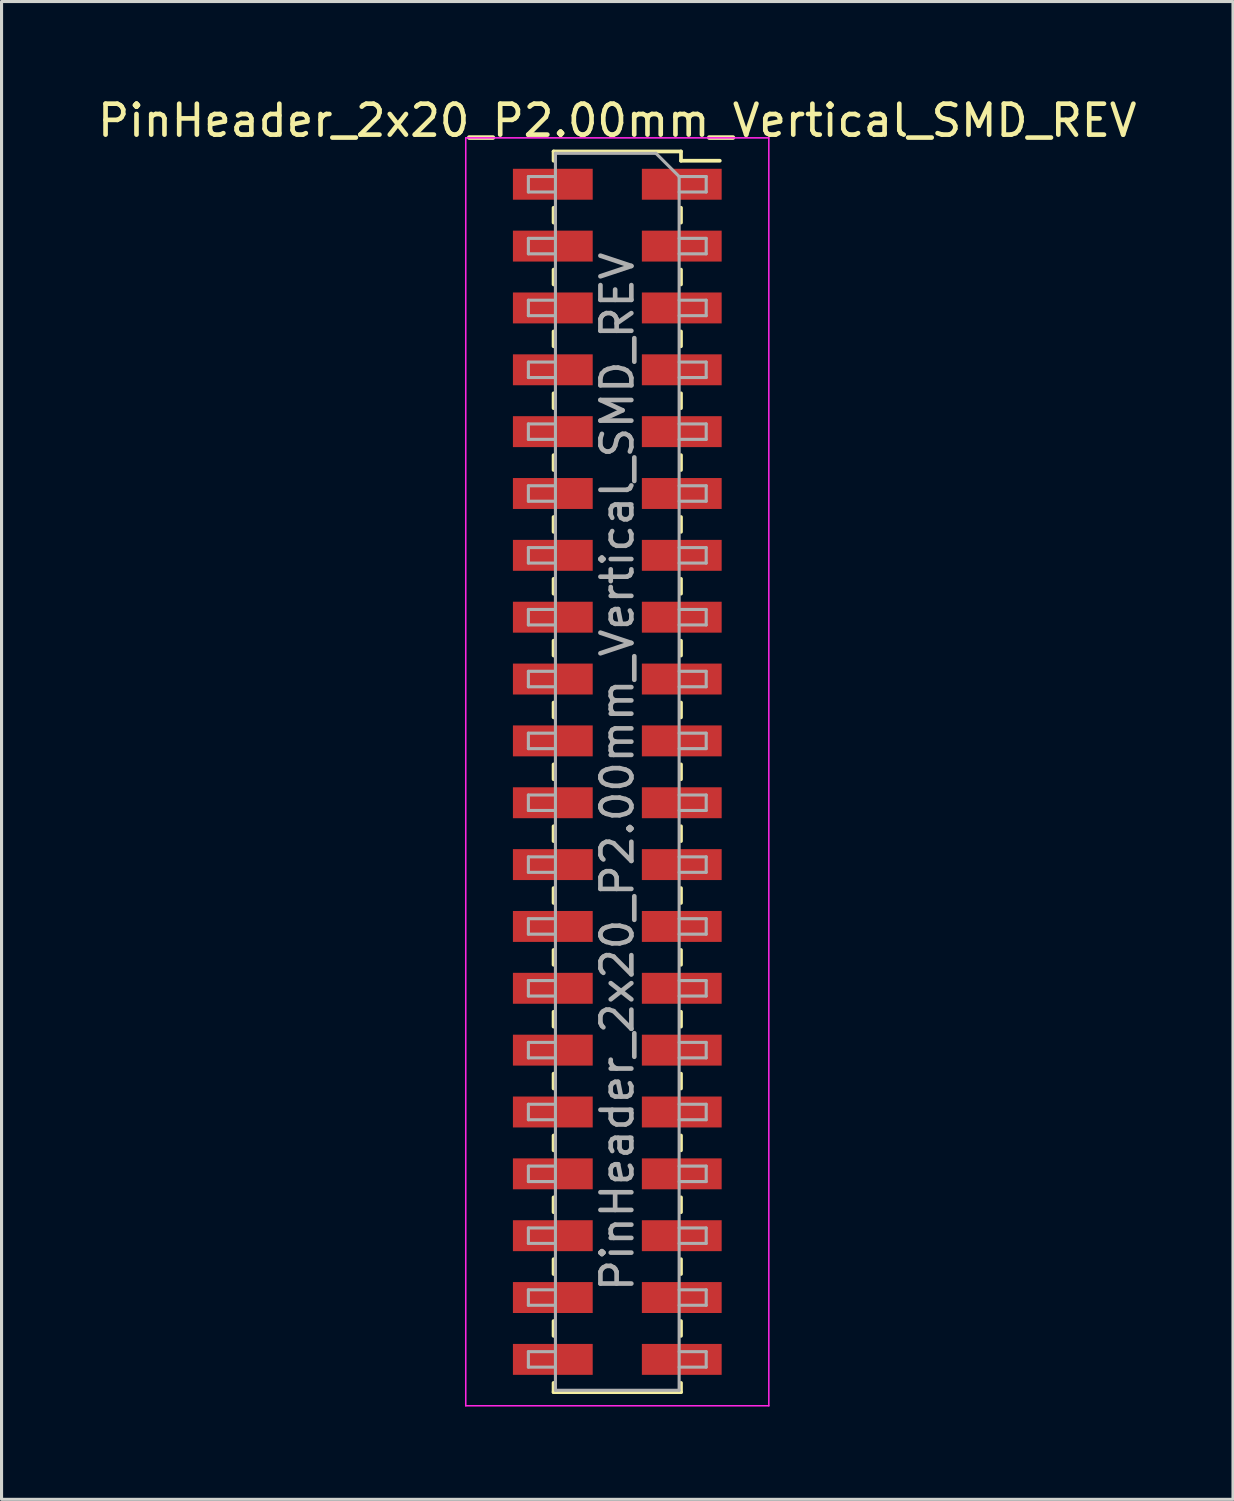
<source format=kicad_pcb>
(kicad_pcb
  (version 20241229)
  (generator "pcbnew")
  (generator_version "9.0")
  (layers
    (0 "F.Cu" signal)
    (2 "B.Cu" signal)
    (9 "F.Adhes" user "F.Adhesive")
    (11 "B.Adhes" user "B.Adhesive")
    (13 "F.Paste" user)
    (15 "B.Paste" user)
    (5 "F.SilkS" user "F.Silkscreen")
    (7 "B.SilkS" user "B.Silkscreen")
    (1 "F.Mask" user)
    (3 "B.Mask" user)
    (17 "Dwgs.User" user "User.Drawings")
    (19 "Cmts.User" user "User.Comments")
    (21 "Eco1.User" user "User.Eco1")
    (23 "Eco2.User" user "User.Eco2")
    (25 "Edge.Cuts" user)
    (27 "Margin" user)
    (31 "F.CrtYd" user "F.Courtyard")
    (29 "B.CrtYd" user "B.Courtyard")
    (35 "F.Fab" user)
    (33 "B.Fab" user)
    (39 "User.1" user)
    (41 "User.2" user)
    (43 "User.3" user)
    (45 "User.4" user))
  (footprint "PinHeader_2x20_P2.00mm_Vertical_SMD_REV"
    (layer "F.Cu")
    (at 16.911 2.908)
    (property "Reference" "PinHeader_2x20_P2.00mm_Vertical_SMD_REV" (at 0 -2.06 0) (layer "F.SilkS") (effects (font (size 1 1) (thickness 0.15))))
    (attr smd)
    (fp_line (start -2.06 -1.06) (end -2.06 -0.76) (stroke (width 0.12) (type solid)) (layer "F.SilkS"))
    (fp_line (start -2.06 0.76) (end -2.06 1.24) (stroke (width 0.12) (type solid)) (layer "F.SilkS"))
    (fp_line (start -2.06 2.76) (end -2.06 3.24) (stroke (width 0.12) (type solid)) (layer "F.SilkS"))
    (fp_line (start -2.06 4.76) (end -2.06 5.24) (stroke (width 0.12) (type solid)) (layer "F.SilkS"))
    (fp_line (start -2.06 6.76) (end -2.06 7.24) (stroke (width 0.12) (type solid)) (layer "F.SilkS"))
    (fp_line (start -2.06 8.76) (end -2.06 9.24) (stroke (width 0.12) (type solid)) (layer "F.SilkS"))
    (fp_line (start -2.06 10.76) (end -2.06 11.24) (stroke (width 0.12) (type solid)) (layer "F.SilkS"))
    (fp_line (start -2.06 12.76) (end -2.06 13.24) (stroke (width 0.12) (type solid)) (layer "F.SilkS"))
    (fp_line (start -2.06 14.76) (end -2.06 15.24) (stroke (width 0.12) (type solid)) (layer "F.SilkS"))
    (fp_line (start -2.06 16.76) (end -2.06 17.24) (stroke (width 0.12) (type solid)) (layer "F.SilkS"))
    (fp_line (start -2.06 18.76) (end -2.06 19.24) (stroke (width 0.12) (type solid)) (layer "F.SilkS"))
    (fp_line (start -2.06 20.76) (end -2.06 21.24) (stroke (width 0.12) (type solid)) (layer "F.SilkS"))
    (fp_line (start -2.06 22.76) (end -2.06 23.24) (stroke (width 0.12) (type solid)) (layer "F.SilkS"))
    (fp_line (start -2.06 24.76) (end -2.06 25.24) (stroke (width 0.12) (type solid)) (layer "F.SilkS"))
    (fp_line (start -2.06 26.76) (end -2.06 27.24) (stroke (width 0.12) (type solid)) (layer "F.SilkS"))
    (fp_line (start -2.06 28.76) (end -2.06 29.24) (stroke (width 0.12) (type solid)) (layer "F.SilkS"))
    (fp_line (start -2.06 30.76) (end -2.06 31.24) (stroke (width 0.12) (type solid)) (layer "F.SilkS"))
    (fp_line (start -2.06 32.76) (end -2.06 33.24) (stroke (width 0.12) (type solid)) (layer "F.SilkS"))
    (fp_line (start -2.06 34.76) (end -2.06 35.24) (stroke (width 0.12) (type solid)) (layer "F.SilkS"))
    (fp_line (start -2.06 36.76) (end -2.06 37.24) (stroke (width 0.12) (type solid)) (layer "F.SilkS"))
    (fp_line (start -2.06 38.76) (end -2.06 39.06) (stroke (width 0.12) (type solid)) (layer "F.SilkS"))
    (fp_line (start 2.06 -1.06) (end -2.06 -1.06) (stroke (width 0.12) (type solid)) (layer "F.SilkS"))
    (fp_line (start 2.06 -1.06) (end 2.06 -0.76) (stroke (width 0.12) (type solid)) (layer "F.SilkS"))
    (fp_line (start 2.06 0.76) (end 2.06 1.24) (stroke (width 0.12) (type solid)) (layer "F.SilkS"))
    (fp_line (start 2.06 2.76) (end 2.06 3.24) (stroke (width 0.12) (type solid)) (layer "F.SilkS"))
    (fp_line (start 2.06 4.76) (end 2.06 5.24) (stroke (width 0.12) (type solid)) (layer "F.SilkS"))
    (fp_line (start 2.06 6.76) (end 2.06 7.24) (stroke (width 0.12) (type solid)) (layer "F.SilkS"))
    (fp_line (start 2.06 8.76) (end 2.06 9.24) (stroke (width 0.12) (type solid)) (layer "F.SilkS"))
    (fp_line (start 2.06 10.76) (end 2.06 11.24) (stroke (width 0.12) (type solid)) (layer "F.SilkS"))
    (fp_line (start 2.06 12.76) (end 2.06 13.24) (stroke (width 0.12) (type solid)) (layer "F.SilkS"))
    (fp_line (start 2.06 14.76) (end 2.06 15.24) (stroke (width 0.12) (type solid)) (layer "F.SilkS"))
    (fp_line (start 2.06 16.76) (end 2.06 17.24) (stroke (width 0.12) (type solid)) (layer "F.SilkS"))
    (fp_line (start 2.06 18.76) (end 2.06 19.24) (stroke (width 0.12) (type solid)) (layer "F.SilkS"))
    (fp_line (start 2.06 20.76) (end 2.06 21.24) (stroke (width 0.12) (type solid)) (layer "F.SilkS"))
    (fp_line (start 2.06 22.76) (end 2.06 23.24) (stroke (width 0.12) (type solid)) (layer "F.SilkS"))
    (fp_line (start 2.06 24.76) (end 2.06 25.24) (stroke (width 0.12) (type solid)) (layer "F.SilkS"))
    (fp_line (start 2.06 26.76) (end 2.06 27.24) (stroke (width 0.12) (type solid)) (layer "F.SilkS"))
    (fp_line (start 2.06 28.76) (end 2.06 29.24) (stroke (width 0.12) (type solid)) (layer "F.SilkS"))
    (fp_line (start 2.06 30.76) (end 2.06 31.24) (stroke (width 0.12) (type solid)) (layer "F.SilkS"))
    (fp_line (start 2.06 32.76) (end 2.06 33.24) (stroke (width 0.12) (type solid)) (layer "F.SilkS"))
    (fp_line (start 2.06 34.76) (end 2.06 35.24) (stroke (width 0.12) (type solid)) (layer "F.SilkS"))
    (fp_line (start 2.06 36.76) (end 2.06 37.24) (stroke (width 0.12) (type solid)) (layer "F.SilkS"))
    (fp_line (start 2.06 38.76) (end 2.06 39.06) (stroke (width 0.12) (type solid)) (layer "F.SilkS"))
    (fp_line (start 2.06 39.06) (end -2.06 39.06) (stroke (width 0.12) (type solid)) (layer "F.SilkS"))
    (fp_line (start 3.315 -0.76) (end 2.06 -0.76) (stroke (width 0.12) (type solid)) (layer "F.SilkS"))
    (fp_line (start -4.9 -1.5) (end 4.9 -1.5) (stroke (width 0.05) (type solid)) (layer "F.CrtYd"))
    (fp_line (start -4.9 39.5) (end -4.9 -1.5) (stroke (width 0.05) (type solid)) (layer "F.CrtYd"))
    (fp_line (start 4.9 -1.5) (end 4.9 39.5) (stroke (width 0.05) (type solid)) (layer "F.CrtYd"))
    (fp_line (start 4.9 39.5) (end -4.9 39.5) (stroke (width 0.05) (type solid)) (layer "F.CrtYd"))
    (fp_line (start -2.875 -0.25) (end -2.875 0.25) (stroke (width 0.1) (type solid)) (layer "F.Fab"))
    (fp_line (start -2.875 0.25) (end -2 0.25) (stroke (width 0.1) (type solid)) (layer "F.Fab"))
    (fp_line (start -2.875 1.75) (end -2.875 2.25) (stroke (width 0.1) (type solid)) (layer "F.Fab"))
    (fp_line (start -2.875 2.25) (end -2 2.25) (stroke (width 0.1) (type solid)) (layer "F.Fab"))
    (fp_line (start -2.875 3.75) (end -2.875 4.25) (stroke (width 0.1) (type solid)) (layer "F.Fab"))
    (fp_line (start -2.875 4.25) (end -2 4.25) (stroke (width 0.1) (type solid)) (layer "F.Fab"))
    (fp_line (start -2.875 5.75) (end -2.875 6.25) (stroke (width 0.1) (type solid)) (layer "F.Fab"))
    (fp_line (start -2.875 6.25) (end -2 6.25) (stroke (width 0.1) (type solid)) (layer "F.Fab"))
    (fp_line (start -2.875 7.75) (end -2.875 8.25) (stroke (width 0.1) (type solid)) (layer "F.Fab"))
    (fp_line (start -2.875 8.25) (end -2 8.25) (stroke (width 0.1) (type solid)) (layer "F.Fab"))
    (fp_line (start -2.875 9.75) (end -2.875 10.25) (stroke (width 0.1) (type solid)) (layer "F.Fab"))
    (fp_line (start -2.875 10.25) (end -2 10.25) (stroke (width 0.1) (type solid)) (layer "F.Fab"))
    (fp_line (start -2.875 11.75) (end -2.875 12.25) (stroke (width 0.1) (type solid)) (layer "F.Fab"))
    (fp_line (start -2.875 12.25) (end -2 12.25) (stroke (width 0.1) (type solid)) (layer "F.Fab"))
    (fp_line (start -2.875 13.75) (end -2.875 14.25) (stroke (width 0.1) (type solid)) (layer "F.Fab"))
    (fp_line (start -2.875 14.25) (end -2 14.25) (stroke (width 0.1) (type solid)) (layer "F.Fab"))
    (fp_line (start -2.875 15.75) (end -2.875 16.25) (stroke (width 0.1) (type solid)) (layer "F.Fab"))
    (fp_line (start -2.875 16.25) (end -2 16.25) (stroke (width 0.1) (type solid)) (layer "F.Fab"))
    (fp_line (start -2.875 17.75) (end -2.875 18.25) (stroke (width 0.1) (type solid)) (layer "F.Fab"))
    (fp_line (start -2.875 18.25) (end -2 18.25) (stroke (width 0.1) (type solid)) (layer "F.Fab"))
    (fp_line (start -2.875 19.75) (end -2.875 20.25) (stroke (width 0.1) (type solid)) (layer "F.Fab"))
    (fp_line (start -2.875 20.25) (end -2 20.25) (stroke (width 0.1) (type solid)) (layer "F.Fab"))
    (fp_line (start -2.875 21.75) (end -2.875 22.25) (stroke (width 0.1) (type solid)) (layer "F.Fab"))
    (fp_line (start -2.875 22.25) (end -2 22.25) (stroke (width 0.1) (type solid)) (layer "F.Fab"))
    (fp_line (start -2.875 23.75) (end -2.875 24.25) (stroke (width 0.1) (type solid)) (layer "F.Fab"))
    (fp_line (start -2.875 24.25) (end -2 24.25) (stroke (width 0.1) (type solid)) (layer "F.Fab"))
    (fp_line (start -2.875 25.75) (end -2.875 26.25) (stroke (width 0.1) (type solid)) (layer "F.Fab"))
    (fp_line (start -2.875 26.25) (end -2 26.25) (stroke (width 0.1) (type solid)) (layer "F.Fab"))
    (fp_line (start -2.875 27.75) (end -2.875 28.25) (stroke (width 0.1) (type solid)) (layer "F.Fab"))
    (fp_line (start -2.875 28.25) (end -2 28.25) (stroke (width 0.1) (type solid)) (layer "F.Fab"))
    (fp_line (start -2.875 29.75) (end -2.875 30.25) (stroke (width 0.1) (type solid)) (layer "F.Fab"))
    (fp_line (start -2.875 30.25) (end -2 30.25) (stroke (width 0.1) (type solid)) (layer "F.Fab"))
    (fp_line (start -2.875 31.75) (end -2.875 32.25) (stroke (width 0.1) (type solid)) (layer "F.Fab"))
    (fp_line (start -2.875 32.25) (end -2 32.25) (stroke (width 0.1) (type solid)) (layer "F.Fab"))
    (fp_line (start -2.875 33.75) (end -2.875 34.25) (stroke (width 0.1) (type solid)) (layer "F.Fab"))
    (fp_line (start -2.875 34.25) (end -2 34.25) (stroke (width 0.1) (type solid)) (layer "F.Fab"))
    (fp_line (start -2.875 35.75) (end -2.875 36.25) (stroke (width 0.1) (type solid)) (layer "F.Fab"))
    (fp_line (start -2.875 36.25) (end -2 36.25) (stroke (width 0.1) (type solid)) (layer "F.Fab"))
    (fp_line (start -2.875 37.75) (end -2.875 38.25) (stroke (width 0.1) (type solid)) (layer "F.Fab"))
    (fp_line (start -2.875 38.25) (end -2 38.25) (stroke (width 0.1) (type solid)) (layer "F.Fab"))
    (fp_line (start -2 -1) (end -2 39) (stroke (width 0.1) (type solid)) (layer "F.Fab"))
    (fp_line (start -2 -0.25) (end -2.875 -0.25) (stroke (width 0.1) (type solid)) (layer "F.Fab"))
    (fp_line (start -2 1.75) (end -2.875 1.75) (stroke (width 0.1) (type solid)) (layer "F.Fab"))
    (fp_line (start -2 3.75) (end -2.875 3.75) (stroke (width 0.1) (type solid)) (layer "F.Fab"))
    (fp_line (start -2 5.75) (end -2.875 5.75) (stroke (width 0.1) (type solid)) (layer "F.Fab"))
    (fp_line (start -2 7.75) (end -2.875 7.75) (stroke (width 0.1) (type solid)) (layer "F.Fab"))
    (fp_line (start -2 9.75) (end -2.875 9.75) (stroke (width 0.1) (type solid)) (layer "F.Fab"))
    (fp_line (start -2 11.75) (end -2.875 11.75) (stroke (width 0.1) (type solid)) (layer "F.Fab"))
    (fp_line (start -2 13.75) (end -2.875 13.75) (stroke (width 0.1) (type solid)) (layer "F.Fab"))
    (fp_line (start -2 15.75) (end -2.875 15.75) (stroke (width 0.1) (type solid)) (layer "F.Fab"))
    (fp_line (start -2 17.75) (end -2.875 17.75) (stroke (width 0.1) (type solid)) (layer "F.Fab"))
    (fp_line (start -2 19.75) (end -2.875 19.75) (stroke (width 0.1) (type solid)) (layer "F.Fab"))
    (fp_line (start -2 21.75) (end -2.875 21.75) (stroke (width 0.1) (type solid)) (layer "F.Fab"))
    (fp_line (start -2 23.75) (end -2.875 23.75) (stroke (width 0.1) (type solid)) (layer "F.Fab"))
    (fp_line (start -2 25.75) (end -2.875 25.75) (stroke (width 0.1) (type solid)) (layer "F.Fab"))
    (fp_line (start -2 27.75) (end -2.875 27.75) (stroke (width 0.1) (type solid)) (layer "F.Fab"))
    (fp_line (start -2 29.75) (end -2.875 29.75) (stroke (width 0.1) (type solid)) (layer "F.Fab"))
    (fp_line (start -2 31.75) (end -2.875 31.75) (stroke (width 0.1) (type solid)) (layer "F.Fab"))
    (fp_line (start -2 33.75) (end -2.875 33.75) (stroke (width 0.1) (type solid)) (layer "F.Fab"))
    (fp_line (start -2 35.75) (end -2.875 35.75) (stroke (width 0.1) (type solid)) (layer "F.Fab"))
    (fp_line (start -2 37.75) (end -2.875 37.75) (stroke (width 0.1) (type solid)) (layer "F.Fab"))
    (fp_line (start -2 39) (end 2 39) (stroke (width 0.1) (type solid)) (layer "F.Fab"))
    (fp_line (start 1.25 -1) (end -2 -1) (stroke (width 0.1) (type solid)) (layer "F.Fab"))
    (fp_line (start 2 -0.25) (end 1.25 -1) (stroke (width 0.1) (type solid)) (layer "F.Fab"))
    (fp_line (start 2 -0.25) (end 2.875 -0.25) (stroke (width 0.1) (type solid)) (layer "F.Fab"))
    (fp_line (start 2 1.75) (end 2.875 1.75) (stroke (width 0.1) (type solid)) (layer "F.Fab"))
    (fp_line (start 2 3.75) (end 2.875 3.75) (stroke (width 0.1) (type solid)) (layer "F.Fab"))
    (fp_line (start 2 5.75) (end 2.875 5.75) (stroke (width 0.1) (type solid)) (layer "F.Fab"))
    (fp_line (start 2 7.75) (end 2.875 7.75) (stroke (width 0.1) (type solid)) (layer "F.Fab"))
    (fp_line (start 2 9.75) (end 2.875 9.75) (stroke (width 0.1) (type solid)) (layer "F.Fab"))
    (fp_line (start 2 11.75) (end 2.875 11.75) (stroke (width 0.1) (type solid)) (layer "F.Fab"))
    (fp_line (start 2 13.75) (end 2.875 13.75) (stroke (width 0.1) (type solid)) (layer "F.Fab"))
    (fp_line (start 2 15.75) (end 2.875 15.75) (stroke (width 0.1) (type solid)) (layer "F.Fab"))
    (fp_line (start 2 17.75) (end 2.875 17.75) (stroke (width 0.1) (type solid)) (layer "F.Fab"))
    (fp_line (start 2 19.75) (end 2.875 19.75) (stroke (width 0.1) (type solid)) (layer "F.Fab"))
    (fp_line (start 2 21.75) (end 2.875 21.75) (stroke (width 0.1) (type solid)) (layer "F.Fab"))
    (fp_line (start 2 23.75) (end 2.875 23.75) (stroke (width 0.1) (type solid)) (layer "F.Fab"))
    (fp_line (start 2 25.75) (end 2.875 25.75) (stroke (width 0.1) (type solid)) (layer "F.Fab"))
    (fp_line (start 2 27.75) (end 2.875 27.75) (stroke (width 0.1) (type solid)) (layer "F.Fab"))
    (fp_line (start 2 29.75) (end 2.875 29.75) (stroke (width 0.1) (type solid)) (layer "F.Fab"))
    (fp_line (start 2 31.75) (end 2.875 31.75) (stroke (width 0.1) (type solid)) (layer "F.Fab"))
    (fp_line (start 2 33.75) (end 2.875 33.75) (stroke (width 0.1) (type solid)) (layer "F.Fab"))
    (fp_line (start 2 35.75) (end 2.875 35.75) (stroke (width 0.1) (type solid)) (layer "F.Fab"))
    (fp_line (start 2 37.75) (end 2.875 37.75) (stroke (width 0.1) (type solid)) (layer "F.Fab"))
    (fp_line (start 2 39) (end 2 -0.25) (stroke (width 0.1) (type solid)) (layer "F.Fab"))
    (fp_line (start 2.875 -0.25) (end 2.875 0.25) (stroke (width 0.1) (type solid)) (layer "F.Fab"))
    (fp_line (start 2.875 0.25) (end 2 0.25) (stroke (width 0.1) (type solid)) (layer "F.Fab"))
    (fp_line (start 2.875 1.75) (end 2.875 2.25) (stroke (width 0.1) (type solid)) (layer "F.Fab"))
    (fp_line (start 2.875 2.25) (end 2 2.25) (stroke (width 0.1) (type solid)) (layer "F.Fab"))
    (fp_line (start 2.875 3.75) (end 2.875 4.25) (stroke (width 0.1) (type solid)) (layer "F.Fab"))
    (fp_line (start 2.875 4.25) (end 2 4.25) (stroke (width 0.1) (type solid)) (layer "F.Fab"))
    (fp_line (start 2.875 5.75) (end 2.875 6.25) (stroke (width 0.1) (type solid)) (layer "F.Fab"))
    (fp_line (start 2.875 6.25) (end 2 6.25) (stroke (width 0.1) (type solid)) (layer "F.Fab"))
    (fp_line (start 2.875 7.75) (end 2.875 8.25) (stroke (width 0.1) (type solid)) (layer "F.Fab"))
    (fp_line (start 2.875 8.25) (end 2 8.25) (stroke (width 0.1) (type solid)) (layer "F.Fab"))
    (fp_line (start 2.875 9.75) (end 2.875 10.25) (stroke (width 0.1) (type solid)) (layer "F.Fab"))
    (fp_line (start 2.875 10.25) (end 2 10.25) (stroke (width 0.1) (type solid)) (layer "F.Fab"))
    (fp_line (start 2.875 11.75) (end 2.875 12.25) (stroke (width 0.1) (type solid)) (layer "F.Fab"))
    (fp_line (start 2.875 12.25) (end 2 12.25) (stroke (width 0.1) (type solid)) (layer "F.Fab"))
    (fp_line (start 2.875 13.75) (end 2.875 14.25) (stroke (width 0.1) (type solid)) (layer "F.Fab"))
    (fp_line (start 2.875 14.25) (end 2 14.25) (stroke (width 0.1) (type solid)) (layer "F.Fab"))
    (fp_line (start 2.875 15.75) (end 2.875 16.25) (stroke (width 0.1) (type solid)) (layer "F.Fab"))
    (fp_line (start 2.875 16.25) (end 2 16.25) (stroke (width 0.1) (type solid)) (layer "F.Fab"))
    (fp_line (start 2.875 17.75) (end 2.875 18.25) (stroke (width 0.1) (type solid)) (layer "F.Fab"))
    (fp_line (start 2.875 18.25) (end 2 18.25) (stroke (width 0.1) (type solid)) (layer "F.Fab"))
    (fp_line (start 2.875 19.75) (end 2.875 20.25) (stroke (width 0.1) (type solid)) (layer "F.Fab"))
    (fp_line (start 2.875 20.25) (end 2 20.25) (stroke (width 0.1) (type solid)) (layer "F.Fab"))
    (fp_line (start 2.875 21.75) (end 2.875 22.25) (stroke (width 0.1) (type solid)) (layer "F.Fab"))
    (fp_line (start 2.875 22.25) (end 2 22.25) (stroke (width 0.1) (type solid)) (layer "F.Fab"))
    (fp_line (start 2.875 23.75) (end 2.875 24.25) (stroke (width 0.1) (type solid)) (layer "F.Fab"))
    (fp_line (start 2.875 24.25) (end 2 24.25) (stroke (width 0.1) (type solid)) (layer "F.Fab"))
    (fp_line (start 2.875 25.75) (end 2.875 26.25) (stroke (width 0.1) (type solid)) (layer "F.Fab"))
    (fp_line (start 2.875 26.25) (end 2 26.25) (stroke (width 0.1) (type solid)) (layer "F.Fab"))
    (fp_line (start 2.875 27.75) (end 2.875 28.25) (stroke (width 0.1) (type solid)) (layer "F.Fab"))
    (fp_line (start 2.875 28.25) (end 2 28.25) (stroke (width 0.1) (type solid)) (layer "F.Fab"))
    (fp_line (start 2.875 29.75) (end 2.875 30.25) (stroke (width 0.1) (type solid)) (layer "F.Fab"))
    (fp_line (start 2.875 30.25) (end 2 30.25) (stroke (width 0.1) (type solid)) (layer "F.Fab"))
    (fp_line (start 2.875 31.75) (end 2.875 32.25) (stroke (width 0.1) (type solid)) (layer "F.Fab"))
    (fp_line (start 2.875 32.25) (end 2 32.25) (stroke (width 0.1) (type solid)) (layer "F.Fab"))
    (fp_line (start 2.875 33.75) (end 2.875 34.25) (stroke (width 0.1) (type solid)) (layer "F.Fab"))
    (fp_line (start 2.875 34.25) (end 2 34.25) (stroke (width 0.1) (type solid)) (layer "F.Fab"))
    (fp_line (start 2.875 35.75) (end 2.875 36.25) (stroke (width 0.1) (type solid)) (layer "F.Fab"))
    (fp_line (start 2.875 36.25) (end 2 36.25) (stroke (width 0.1) (type solid)) (layer "F.Fab"))
    (fp_line (start 2.875 37.75) (end 2.875 38.25) (stroke (width 0.1) (type solid)) (layer "F.Fab"))
    (fp_line (start 2.875 38.25) (end 2 38.25) (stroke (width 0.1) (type solid)) (layer "F.Fab"))
    (fp_text user "${REFERENCE}" (at 0 19 90) (layer "F.Fab") (effects (font (size 1 1) (thickness 0.15))))
    (pad "1" smd rect (at 2.085 0) (size 2.58 1) (layers "F.Cu" "F.Mask" "F.Paste"))
    (pad "2" smd rect (at -2.085 0) (size 2.58 1) (layers "F.Cu" "F.Mask" "F.Paste"))
    (pad "3" smd rect (at 2.085 2) (size 2.58 1) (layers "F.Cu" "F.Mask" "F.Paste"))
    (pad "4" smd rect (at -2.085 2) (size 2.58 1) (layers "F.Cu" "F.Mask" "F.Paste"))
    (pad "5" smd rect (at 2.085 4) (size 2.58 1) (layers "F.Cu" "F.Mask" "F.Paste"))
    (pad "6" smd rect (at -2.085 4) (size 2.58 1) (layers "F.Cu" "F.Mask" "F.Paste"))
    (pad "7" smd rect (at 2.085 6) (size 2.58 1) (layers "F.Cu" "F.Mask" "F.Paste"))
    (pad "8" smd rect (at -2.085 6) (size 2.58 1) (layers "F.Cu" "F.Mask" "F.Paste"))
    (pad "9" smd rect (at 2.085 8) (size 2.58 1) (layers "F.Cu" "F.Mask" "F.Paste"))
    (pad "10" smd rect (at -2.085 8) (size 2.58 1) (layers "F.Cu" "F.Mask" "F.Paste"))
    (pad "11" smd rect (at 2.085 10) (size 2.58 1) (layers "F.Cu" "F.Mask" "F.Paste"))
    (pad "12" smd rect (at -2.085 10) (size 2.58 1) (layers "F.Cu" "F.Mask" "F.Paste"))
    (pad "13" smd rect (at 2.085 12) (size 2.58 1) (layers "F.Cu" "F.Mask" "F.Paste"))
    (pad "14" smd rect (at -2.085 12) (size 2.58 1) (layers "F.Cu" "F.Mask" "F.Paste"))
    (pad "15" smd rect (at 2.085 14) (size 2.58 1) (layers "F.Cu" "F.Mask" "F.Paste"))
    (pad "16" smd rect (at -2.085 14) (size 2.58 1) (layers "F.Cu" "F.Mask" "F.Paste"))
    (pad "17" smd rect (at 2.085 16) (size 2.58 1) (layers "F.Cu" "F.Mask" "F.Paste"))
    (pad "18" smd rect (at -2.085 16) (size 2.58 1) (layers "F.Cu" "F.Mask" "F.Paste"))
    (pad "19" smd rect (at 2.085 18) (size 2.58 1) (layers "F.Cu" "F.Mask" "F.Paste"))
    (pad "20" smd rect (at -2.085 18) (size 2.58 1) (layers "F.Cu" "F.Mask" "F.Paste"))
    (pad "21" smd rect (at 2.085 20) (size 2.58 1) (layers "F.Cu" "F.Mask" "F.Paste"))
    (pad "22" smd rect (at -2.085 20) (size 2.58 1) (layers "F.Cu" "F.Mask" "F.Paste"))
    (pad "23" smd rect (at 2.085 22) (size 2.58 1) (layers "F.Cu" "F.Mask" "F.Paste"))
    (pad "24" smd rect (at -2.085 22) (size 2.58 1) (layers "F.Cu" "F.Mask" "F.Paste"))
    (pad "25" smd rect (at 2.085 24) (size 2.58 1) (layers "F.Cu" "F.Mask" "F.Paste"))
    (pad "26" smd rect (at -2.085 24) (size 2.58 1) (layers "F.Cu" "F.Mask" "F.Paste"))
    (pad "27" smd rect (at 2.085 26) (size 2.58 1) (layers "F.Cu" "F.Mask" "F.Paste"))
    (pad "28" smd rect (at -2.085 26) (size 2.58 1) (layers "F.Cu" "F.Mask" "F.Paste"))
    (pad "29" smd rect (at 2.085 28) (size 2.58 1) (layers "F.Cu" "F.Mask" "F.Paste"))
    (pad "30" smd rect (at -2.085 28) (size 2.58 1) (layers "F.Cu" "F.Mask" "F.Paste"))
    (pad "31" smd rect (at 2.085 30) (size 2.58 1) (layers "F.Cu" "F.Mask" "F.Paste"))
    (pad "32" smd rect (at -2.085 30) (size 2.58 1) (layers "F.Cu" "F.Mask" "F.Paste"))
    (pad "33" smd rect (at 2.085 32) (size 2.58 1) (layers "F.Cu" "F.Mask" "F.Paste"))
    (pad "34" smd rect (at -2.085 32) (size 2.58 1) (layers "F.Cu" "F.Mask" "F.Paste"))
    (pad "35" smd rect (at 2.085 34) (size 2.58 1) (layers "F.Cu" "F.Mask" "F.Paste"))
    (pad "36" smd rect (at -2.085 34) (size 2.58 1) (layers "F.Cu" "F.Mask" "F.Paste"))
    (pad "37" smd rect (at 2.085 36) (size 2.58 1) (layers "F.Cu" "F.Mask" "F.Paste"))
    (pad "38" smd rect (at -2.085 36) (size 2.58 1) (layers "F.Cu" "F.Mask" "F.Paste"))
    (pad "39" smd rect (at 2.085 38) (size 2.58 1) (layers "F.Cu" "F.Mask" "F.Paste"))
    (pad "40" smd rect (at -2.085 38) (size 2.58 1) (layers "F.Cu" "F.Mask" "F.Paste")))
  (gr_rect
    (start -3 -3)
    (end 36.821 45.433)
    (stroke (width 0.1) (type default))
    (fill no)
    (layer "Edge.Cuts")))
</source>
